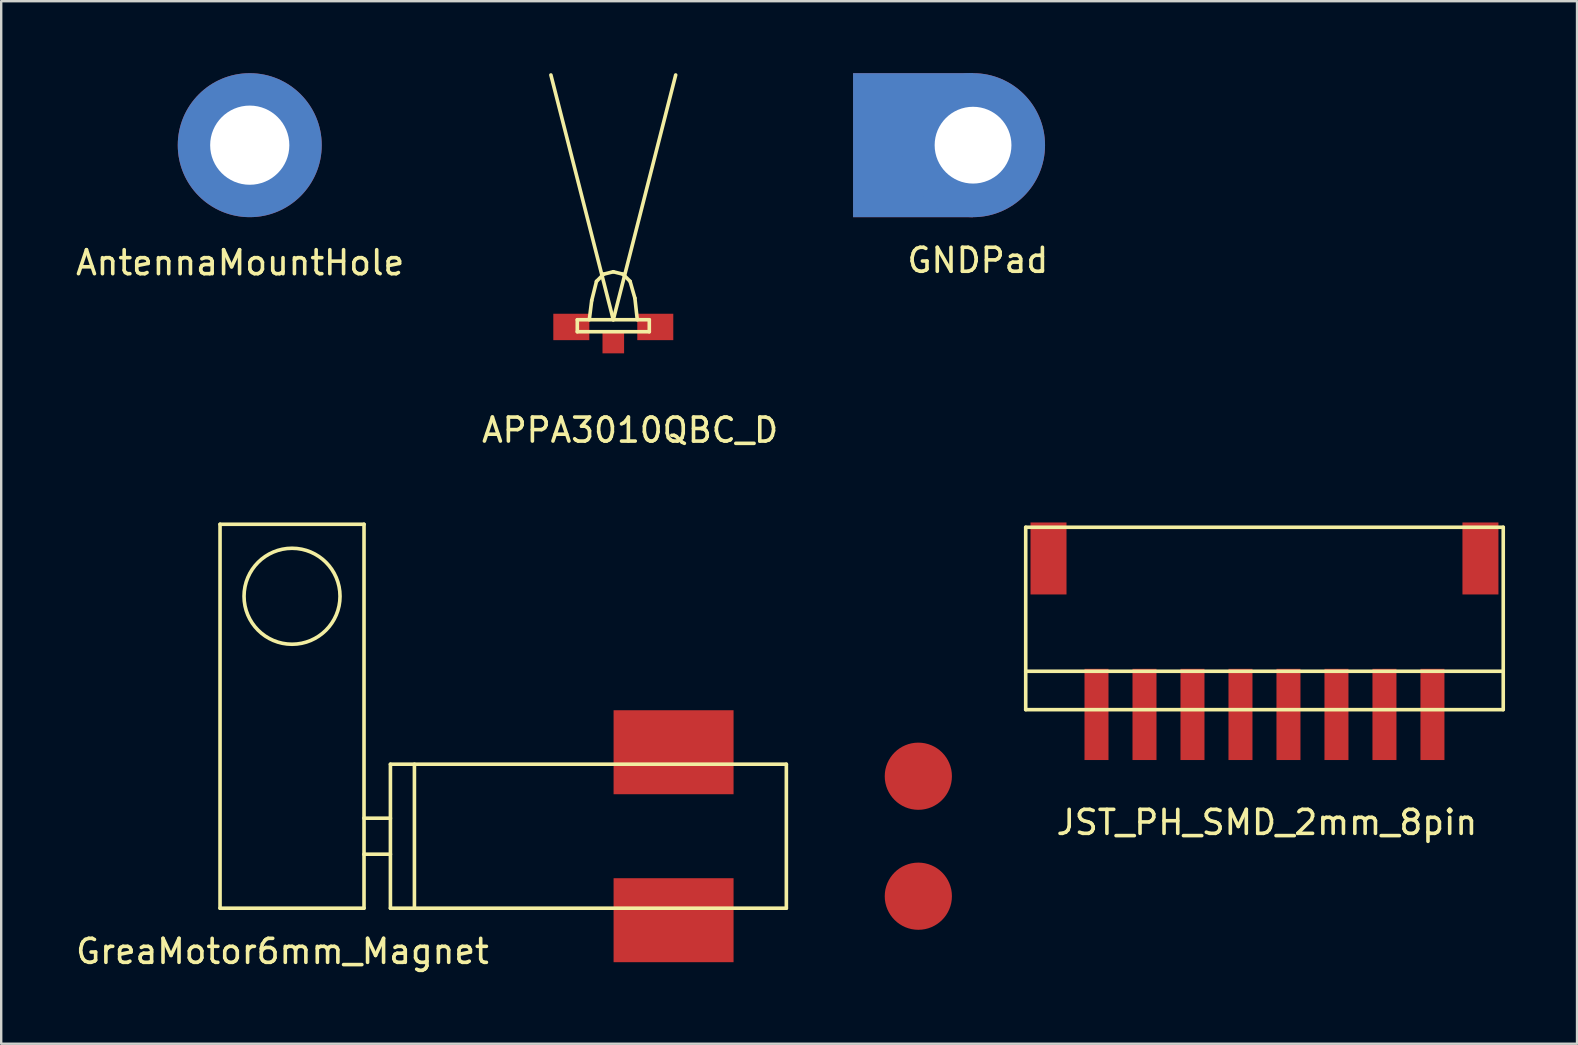
<source format=kicad_pcb>
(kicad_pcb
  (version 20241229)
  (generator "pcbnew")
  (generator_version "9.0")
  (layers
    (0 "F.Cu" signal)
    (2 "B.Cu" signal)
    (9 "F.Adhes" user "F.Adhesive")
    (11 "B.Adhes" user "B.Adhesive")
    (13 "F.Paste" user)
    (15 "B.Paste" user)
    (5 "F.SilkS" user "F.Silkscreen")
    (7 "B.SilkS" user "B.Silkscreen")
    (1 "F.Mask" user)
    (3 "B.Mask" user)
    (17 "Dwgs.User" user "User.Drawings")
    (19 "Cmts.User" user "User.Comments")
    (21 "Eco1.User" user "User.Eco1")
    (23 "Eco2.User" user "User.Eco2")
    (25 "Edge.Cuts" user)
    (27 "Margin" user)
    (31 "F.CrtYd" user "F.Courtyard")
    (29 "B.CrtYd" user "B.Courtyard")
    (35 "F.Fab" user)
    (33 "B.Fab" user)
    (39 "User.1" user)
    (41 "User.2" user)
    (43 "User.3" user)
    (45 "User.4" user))
  (footprint "GreaMotor6mm_Magnet"
    (layer "F.Cu")
    (at 14.22 31.798)
    (property "Reference" "GreaMotor6mm_Magnet" (at -5.5 4.8 0) (layer "F.SilkS") (effects (font (size 1 1) (thickness 0.15))))
    (attr through_hole)
    (fp_line (start -8.1 -13) (end -2.1 -13) (stroke (width 0.15) (type solid)) (layer "F.SilkS"))
    (fp_line (start -8.1 3) (end -8.1 -13) (stroke (width 0.15) (type solid)) (layer "F.SilkS"))
    (fp_line (start -2.1 -13) (end -2.1 -0.8) (stroke (width 0.15) (type solid)) (layer "F.SilkS"))
    (fp_line (start -2.1 -0.75) (end -2.1 0.75) (stroke (width 0.15) (type solid)) (layer "F.SilkS"))
    (fp_line (start -2.1 -0.75) (end -1 -0.75) (stroke (width 0.15) (type solid)) (layer "F.SilkS"))
    (fp_line (start -2.1 0.75) (end -1 0.75) (stroke (width 0.15) (type solid)) (layer "F.SilkS"))
    (fp_line (start -2.1 0.8) (end -2.1 3) (stroke (width 0.15) (type solid)) (layer "F.SilkS"))
    (fp_line (start -2.1 3) (end -8.1 3) (stroke (width 0.15) (type solid)) (layer "F.SilkS"))
    (fp_line (start -1 3) (end -1 -3) (stroke (width 0.15) (type solid)) (layer "F.SilkS"))
    (fp_line (start 0 -3) (end 0 3) (stroke (width 0.15) (type solid)) (layer "F.SilkS"))
    (fp_line (start 15.5 -3) (end -1 -3) (stroke (width 0.15) (type solid)) (layer "F.SilkS"))
    (fp_line (start 15.5 -3) (end 15.5 3) (stroke (width 0.15) (type solid)) (layer "F.SilkS"))
    (fp_line (start 15.5 3) (end -1 3) (stroke (width 0.15) (type solid)) (layer "F.SilkS"))
    (fp_circle (center -5.1 -10) (end -3.1 -10) (stroke (width 0.15) (type solid)) (fill no) (layer "F.SilkS"))
    (pad "1" smd circle (at 21 -2.5) (size 2.8 2.8) (layers "F.Cu" "F.Mask" "F.Paste"))
    (pad "2" smd circle (at 21 2.5) (size 2.8 2.8) (layers "F.Cu" "F.Mask" "F.Paste"))
    (pad "3" smd rect (at 10.8 -3.5) (size 5 3.5) (layers "F.Cu" "F.Mask" "F.Paste"))
    (pad "4" smd rect (at 10.8 3.5) (size 5 3.5) (layers "F.Cu" "F.Mask" "F.Paste")))
  (footprint "AntennaMountHole"
    (layer "F.Cu")
    (at 7.358 3)
    (property "Reference" "AntennaMountHole" (at -0.4 4.9 0) (layer "F.SilkS") (effects (font (size 1 1) (thickness 0.15))))
    (attr through_hole)
    (pad "1" thru_hole circle (at 0 0) (size 6 6) (drill 3.3) (layers "*.Cu" "*.Mask")))
  (footprint "GNDPad"
    (layer "F.Cu")
    (at 37.5 3)
    (property "Reference" "GNDPad" (at 0.2 4.8 0) (layer "F.SilkS") (effects (font (size 1 1) (thickness 0.15))))
    (attr through_hole)
    (pad "" smd rect (at -2.5 0) (size 5 6) (layers "F.Cu" "F.Mask"))
    (pad "" smd rect (at -2.5 0 180) (size 5 6) (layers "B.Cu" "B.Mask"))
    (pad "1" thru_hole circle (at 0 0) (size 6 6) (drill 3.2) (layers "*.Cu" "*.Mask")))
  (footprint "APPA3010QBC_D"
    (layer "F.Cu")
    (at 22.508 10.575)
    (property "Reference" "APPA3010QBC_D" (at 0.7 4.3 0) (layer "F.SilkS") (effects (font (size 1 1) (thickness 0.15))))
    (attr through_hole)
    (fp_line (start -1.5 -0.3) (end -1.5 0.2) (stroke (width 0.15) (type solid)) (layer "F.SilkS"))
    (fp_line (start -1.5 -0.3) (end 1.5 -0.3) (stroke (width 0.15) (type solid)) (layer "F.SilkS"))
    (fp_line (start -1.5 0.2) (end 1.5 0.2) (stroke (width 0.15) (type solid)) (layer "F.SilkS"))
    (fp_line (start -0.9 -1.1) (end -1 -0.3) (stroke (width 0.15) (type solid)) (layer "F.SilkS"))
    (fp_line (start -0.7 -1.9) (end -0.9 -1.1) (stroke (width 0.15) (type solid)) (layer "F.SilkS"))
    (fp_line (start -0.4 -2.2) (end -0.7 -1.9) (stroke (width 0.15) (type solid)) (layer "F.SilkS"))
    (fp_line (start 0 -2.3) (end -0.4 -2.2) (stroke (width 0.15) (type solid)) (layer "F.SilkS"))
    (fp_line (start 0 -2.3) (end 0.4 -2.2) (stroke (width 0.15) (type solid)) (layer "F.SilkS"))
    (fp_line (start 0 -0.3) (end -2.6 -10.5) (stroke (width 0.15) (type solid)) (layer "F.SilkS"))
    (fp_line (start 0 -0.3) (end 2.6 -10.5) (stroke (width 0.15) (type solid)) (layer "F.SilkS"))
    (fp_line (start 0.4 -2.2) (end 0.7 -1.9) (stroke (width 0.15) (type solid)) (layer "F.SilkS"))
    (fp_line (start 0.7 -1.9) (end 0.9 -1.2) (stroke (width 0.15) (type solid)) (layer "F.SilkS"))
    (fp_line (start 0.9 -1.2) (end 1 -0.3) (stroke (width 0.15) (type solid)) (layer "F.SilkS"))
    (fp_line (start 1.5 -0.3) (end 1.5 0.2) (stroke (width 0.15) (type solid)) (layer "F.SilkS"))
    (pad "" smd rect (at 0 0.65) (size 0.9 0.9) (layers "F.Cu" "F.Mask" "F.Paste"))
    (pad "1" smd rect (at -1.75 0) (size 1.5 1.1) (layers "F.Cu" "F.Mask" "F.Paste"))
    (pad "2" smd rect (at 1.75 0) (size 1.5 1.1) (layers "F.Cu" "F.Mask" "F.Paste")))
  (footprint "JST_PH_SMD_2mm_8pin"
    (layer "F.Cu")
    (at 49.645 26.223)
    (property "Reference" "JST_PH_SMD_2mm_8pin" (at 0.1 5 0) (layer "F.SilkS") (effects (font (size 1 1) (thickness 0.15))))
    (attr through_hole)
    (fp_line (start -9.95 -7.3) (end -9.95 0.3) (stroke (width 0.15) (type solid)) (layer "F.SilkS"))
    (fp_line (start -9.95 -7.3) (end 9.95 -7.3) (stroke (width 0.15) (type solid)) (layer "F.SilkS"))
    (fp_line (start -9.95 -1.3) (end 9.95 -1.3) (stroke (width 0.15) (type solid)) (layer "F.SilkS"))
    (fp_line (start -9.95 0.3) (end 9.95 0.3) (stroke (width 0.15) (type solid)) (layer "F.SilkS"))
    (fp_line (start 9.95 -7.3) (end 9.95 0.3) (stroke (width 0.15) (type solid)) (layer "F.SilkS"))
    (pad "" smd rect (at -9 -6) (size 1.5 3) (layers "F.Cu" "F.Mask" "F.Paste"))
    (pad "" smd rect (at 9 -6) (size 1.5 3) (layers "F.Cu" "F.Mask" "F.Paste"))
    (pad "1" smd rect (at -7 0.5) (size 1 3.8) (layers "F.Cu" "F.Mask" "F.Paste"))
    (pad "2" smd rect (at -5 0.5) (size 1 3.8) (layers "F.Cu" "F.Mask" "F.Paste"))
    (pad "3" smd rect (at -3 0.5) (size 1 3.8) (layers "F.Cu" "F.Mask" "F.Paste"))
    (pad "4" smd rect (at -1 0.5) (size 1 3.8) (layers "F.Cu" "F.Mask" "F.Paste"))
    (pad "5" smd rect (at 1 0.5) (size 1 3.8) (layers "F.Cu" "F.Mask" "F.Paste"))
    (pad "6" smd rect (at 3 0.5) (size 1 3.8) (layers "F.Cu" "F.Mask" "F.Paste"))
    (pad "7" smd rect (at 5 0.5) (size 1 3.8) (layers "F.Cu" "F.Mask" "F.Paste"))
    (pad "8" smd rect (at 7 0.5) (size 1 3.8) (layers "F.Cu" "F.Mask" "F.Paste")))
  (gr_rect
    (start -3 -3)
    (end 62.67 40.447)
    (stroke (width 0.1) (type default))
    (fill no)
    (layer "Edge.Cuts")))
</source>
